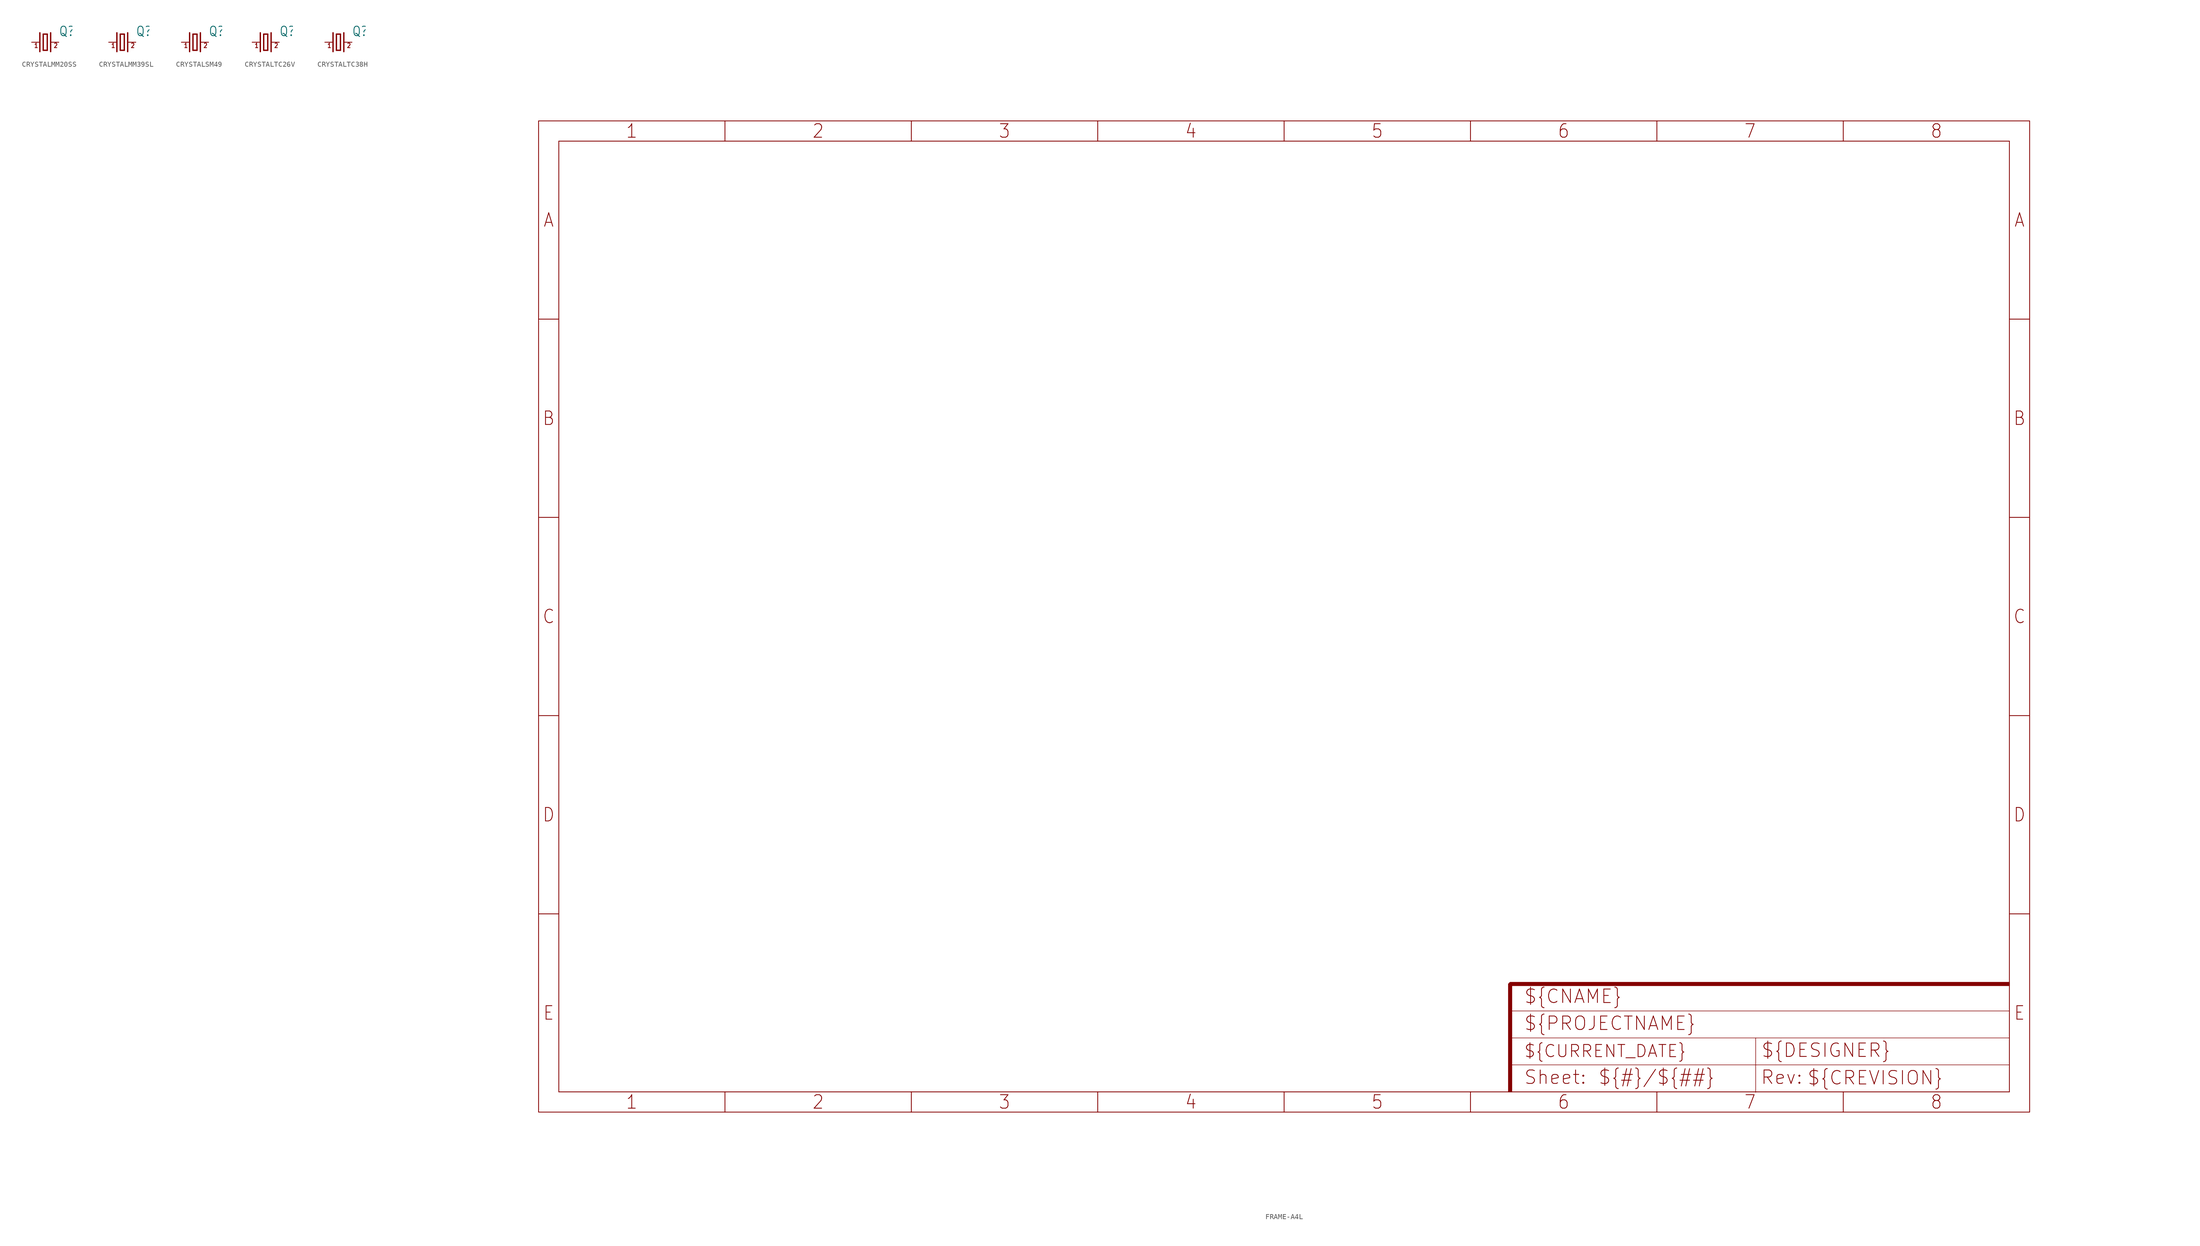
<source format=kicad_sym>
(kicad_symbol_lib
  (version 20220914)
  (generator kicad_symbol_editor)
  (symbol "CRYSTALMM20SS"
    (property "Reference" "Q"
      (at 2.54 1.016 0)
      (effects (font (size 1.778 1.511)) (justify left bottom)))
    (property "Value" ""
      (at 2.54 -2.54 0)
      (effects (font (size 1.778 1.511)) (justify left bottom)))
    (property "ki_locked" ""
      (at 0 0 0)
      (effects (font (size 1.27 1.27))))
    (symbol "CRYSTALMM20SS_1_0"
      (polyline (pts (xy -2.54 0) (xy -1.016 0)) (stroke (width 0.152) (type solid)) (fill (type none)))
      (polyline (pts (xy -1.016 1.778) (xy -1.016 -1.778)) (stroke (width 0.254) (type solid)) (fill (type none)))
      (polyline (pts (xy -0.381 -1.524) (xy 0.381 -1.524)) (stroke (width 0.254) (type solid)) (fill (type none)))
      (polyline (pts (xy -0.381 1.524) (xy -0.381 -1.524)) (stroke (width 0.254) (type solid)) (fill (type none)))
      (polyline (pts (xy 0.381 -1.524) (xy 0.381 1.524)) (stroke (width 0.254) (type solid)) (fill (type none)))
      (polyline (pts (xy 0.381 1.524) (xy -0.381 1.524)) (stroke (width 0.254) (type solid)) (fill (type none)))
      (polyline (pts (xy 1.016 0) (xy 2.54 0)) (stroke (width 0.152) (type solid)) (fill (type none)))
      (polyline (pts (xy 1.016 1.778) (xy 1.016 -1.778)) (stroke (width 0.254) (type solid)) (fill (type none)))
      (text "1" (at -2.159 -1.143 0) (effects (font (size 0.864 0.734)) (justify left bottom)))
      (text "2" (at 1.524 -1.143 0) (effects (font (size 0.864 0.734)) (justify left bottom)))
      (pin passive line (at -2.54 0 0) (length 0) (name "1" (effects (font (size 0 0)))) (number "1" (effects (font (size 0 0)))))
      (pin passive line (at 2.54 0 180) (length 0) (name "2" (effects (font (size 0 0)))) (number "4" (effects (font (size 0 0)))))))
  (symbol "CRYSTALMM39SL"
    (property "Reference" "Q"
      (at 2.54 1.016 0)
      (effects (font (size 1.778 1.511)) (justify left bottom)))
    (property "Value" ""
      (at 2.54 -2.54 0)
      (effects (font (size 1.778 1.511)) (justify left bottom)))
    (property "ki_locked" ""
      (at 0 0 0)
      (effects (font (size 1.27 1.27))))
    (symbol "CRYSTALMM39SL_1_0"
      (polyline (pts (xy -2.54 0) (xy -1.016 0)) (stroke (width 0.152) (type solid)) (fill (type none)))
      (polyline (pts (xy -1.016 1.778) (xy -1.016 -1.778)) (stroke (width 0.254) (type solid)) (fill (type none)))
      (polyline (pts (xy -0.381 -1.524) (xy 0.381 -1.524)) (stroke (width 0.254) (type solid)) (fill (type none)))
      (polyline (pts (xy -0.381 1.524) (xy -0.381 -1.524)) (stroke (width 0.254) (type solid)) (fill (type none)))
      (polyline (pts (xy 0.381 -1.524) (xy 0.381 1.524)) (stroke (width 0.254) (type solid)) (fill (type none)))
      (polyline (pts (xy 0.381 1.524) (xy -0.381 1.524)) (stroke (width 0.254) (type solid)) (fill (type none)))
      (polyline (pts (xy 1.016 0) (xy 2.54 0)) (stroke (width 0.152) (type solid)) (fill (type none)))
      (polyline (pts (xy 1.016 1.778) (xy 1.016 -1.778)) (stroke (width 0.254) (type solid)) (fill (type none)))
      (text "1" (at -2.159 -1.143 0) (effects (font (size 0.864 0.734)) (justify left bottom)))
      (text "2" (at 1.524 -1.143 0) (effects (font (size 0.864 0.734)) (justify left bottom)))
      (pin passive line (at -2.54 0 0) (length 0) (name "1" (effects (font (size 0 0)))) (number "1" (effects (font (size 0 0)))))
      (pin passive line (at 2.54 0 180) (length 0) (name "2" (effects (font (size 0 0)))) (number "4" (effects (font (size 0 0)))))))
  (symbol "CRYSTALSM49"
    (property "Reference" "Q"
      (at 2.54 1.016 0)
      (effects (font (size 1.778 1.511)) (justify left bottom)))
    (property "Value" ""
      (at 2.54 -2.54 0)
      (effects (font (size 1.778 1.511)) (justify left bottom)))
    (property "ki_locked" ""
      (at 0 0 0)
      (effects (font (size 1.27 1.27))))
    (symbol "CRYSTALSM49_1_0"
      (polyline (pts (xy -2.54 0) (xy -1.016 0)) (stroke (width 0.152) (type solid)) (fill (type none)))
      (polyline (pts (xy -1.016 1.778) (xy -1.016 -1.778)) (stroke (width 0.254) (type solid)) (fill (type none)))
      (polyline (pts (xy -0.381 -1.524) (xy 0.381 -1.524)) (stroke (width 0.254) (type solid)) (fill (type none)))
      (polyline (pts (xy -0.381 1.524) (xy -0.381 -1.524)) (stroke (width 0.254) (type solid)) (fill (type none)))
      (polyline (pts (xy 0.381 -1.524) (xy 0.381 1.524)) (stroke (width 0.254) (type solid)) (fill (type none)))
      (polyline (pts (xy 0.381 1.524) (xy -0.381 1.524)) (stroke (width 0.254) (type solid)) (fill (type none)))
      (polyline (pts (xy 1.016 0) (xy 2.54 0)) (stroke (width 0.152) (type solid)) (fill (type none)))
      (polyline (pts (xy 1.016 1.778) (xy 1.016 -1.778)) (stroke (width 0.254) (type solid)) (fill (type none)))
      (text "1" (at -2.159 -1.143 0) (effects (font (size 0.864 0.734)) (justify left bottom)))
      (text "2" (at 1.524 -1.143 0) (effects (font (size 0.864 0.734)) (justify left bottom)))
      (pin passive line (at -2.54 0 0) (length 0) (name "1" (effects (font (size 0 0)))) (number "1" (effects (font (size 0 0)))))
      (pin passive line (at 2.54 0 180) (length 0) (name "2" (effects (font (size 0 0)))) (number "2" (effects (font (size 0 0)))))))
  (symbol "CRYSTALTC26V"
    (property "Reference" "Q"
      (at 2.54 1.016 0)
      (effects (font (size 1.778 1.511)) (justify left bottom)))
    (property "Value" ""
      (at 2.54 -2.54 0)
      (effects (font (size 1.778 1.511)) (justify left bottom)))
    (property "ki_locked" ""
      (at 0 0 0)
      (effects (font (size 1.27 1.27))))
    (symbol "CRYSTALTC26V_1_0"
      (polyline (pts (xy -2.54 0) (xy -1.016 0)) (stroke (width 0.152) (type solid)) (fill (type none)))
      (polyline (pts (xy -1.016 1.778) (xy -1.016 -1.778)) (stroke (width 0.254) (type solid)) (fill (type none)))
      (polyline (pts (xy -0.381 -1.524) (xy 0.381 -1.524)) (stroke (width 0.254) (type solid)) (fill (type none)))
      (polyline (pts (xy -0.381 1.524) (xy -0.381 -1.524)) (stroke (width 0.254) (type solid)) (fill (type none)))
      (polyline (pts (xy 0.381 -1.524) (xy 0.381 1.524)) (stroke (width 0.254) (type solid)) (fill (type none)))
      (polyline (pts (xy 0.381 1.524) (xy -0.381 1.524)) (stroke (width 0.254) (type solid)) (fill (type none)))
      (polyline (pts (xy 1.016 0) (xy 2.54 0)) (stroke (width 0.152) (type solid)) (fill (type none)))
      (polyline (pts (xy 1.016 1.778) (xy 1.016 -1.778)) (stroke (width 0.254) (type solid)) (fill (type none)))
      (text "1" (at -2.159 -1.143 0) (effects (font (size 0.864 0.734)) (justify left bottom)))
      (text "2" (at 1.524 -1.143 0) (effects (font (size 0.864 0.734)) (justify left bottom)))
      (pin passive line (at -2.54 0 0) (length 0) (name "1" (effects (font (size 0 0)))) (number "1" (effects (font (size 0 0)))))
      (pin passive line (at 2.54 0 180) (length 0) (name "2" (effects (font (size 0 0)))) (number "2" (effects (font (size 0 0)))))))
  (symbol "CRYSTALTC38H"
    (property "Reference" "Q"
      (at 2.54 1.016 0)
      (effects (font (size 1.778 1.511)) (justify left bottom)))
    (property "Value" ""
      (at 2.54 -2.54 0)
      (effects (font (size 1.778 1.511)) (justify left bottom)))
    (property "ki_locked" ""
      (at 0 0 0)
      (effects (font (size 1.27 1.27))))
    (symbol "CRYSTALTC38H_1_0"
      (polyline (pts (xy -2.54 0) (xy -1.016 0)) (stroke (width 0.152) (type solid)) (fill (type none)))
      (polyline (pts (xy -1.016 1.778) (xy -1.016 -1.778)) (stroke (width 0.254) (type solid)) (fill (type none)))
      (polyline (pts (xy -0.381 -1.524) (xy 0.381 -1.524)) (stroke (width 0.254) (type solid)) (fill (type none)))
      (polyline (pts (xy -0.381 1.524) (xy -0.381 -1.524)) (stroke (width 0.254) (type solid)) (fill (type none)))
      (polyline (pts (xy 0.381 -1.524) (xy 0.381 1.524)) (stroke (width 0.254) (type solid)) (fill (type none)))
      (polyline (pts (xy 0.381 1.524) (xy -0.381 1.524)) (stroke (width 0.254) (type solid)) (fill (type none)))
      (polyline (pts (xy 1.016 0) (xy 2.54 0)) (stroke (width 0.152) (type solid)) (fill (type none)))
      (polyline (pts (xy 1.016 1.778) (xy 1.016 -1.778)) (stroke (width 0.254) (type solid)) (fill (type none)))
      (text "1" (at -2.159 -1.143 0) (effects (font (size 0.864 0.734)) (justify left bottom)))
      (text "2" (at 1.524 -1.143 0) (effects (font (size 0.864 0.734)) (justify left bottom)))
      (pin passive line (at -2.54 0 0) (length 0) (name "1" (effects (font (size 0 0)))) (number "1" (effects (font (size 0 0)))))
      (pin passive line (at 2.54 0 180) (length 0) (name "2" (effects (font (size 0 0)))) (number "2" (effects (font (size 0 0)))))))
  (symbol "FRAME-A4L"
    (property "Reference" "#FRAME"
      (at 0 0 0)
      (effects (font (size 1.27 1.27)) hide))
    (property "ki_locked" ""
      (at 0 0 0)
      (effects (font (size 1.27 1.27))))
    (symbol "FRAME-A4L_1_0"
      (polyline (pts (xy -3.81 33.528) (xy 0 33.528)) (stroke (width 0) (type default)) (fill (type none)))
      (polyline (pts (xy -3.81 70.866) (xy 0 70.866)) (stroke (width 0) (type default)) (fill (type none)))
      (polyline (pts (xy -3.81 108.204) (xy 0 108.204)) (stroke (width 0) (type default)) (fill (type none)))
      (polyline (pts (xy -3.81 145.542) (xy 0 145.542)) (stroke (width 0) (type default)) (fill (type none)))
      (polyline (pts (xy 0 0) (xy 0 179.07)) (stroke (width 0) (type default)) (fill (type none)))
      (polyline (pts (xy 31.274 -3.81) (xy 31.274 0)) (stroke (width 0) (type default)) (fill (type none)))
      (polyline (pts (xy 31.274 179.07) (xy 31.274 182.88)) (stroke (width 0) (type default)) (fill (type none)))
      (polyline (pts (xy 66.358 -3.81) (xy 66.358 0)) (stroke (width 0) (type default)) (fill (type none)))
      (polyline (pts (xy 66.358 179.07) (xy 66.358 182.88)) (stroke (width 0) (type default)) (fill (type none)))
      (polyline (pts (xy 101.441 -3.81) (xy 101.441 0)) (stroke (width 0) (type default)) (fill (type none)))
      (polyline (pts (xy 101.441 179.07) (xy 101.441 182.88)) (stroke (width 0) (type default)) (fill (type none)))
      (polyline (pts (xy 136.525 -3.81) (xy 136.525 0)) (stroke (width 0) (type default)) (fill (type none)))
      (polyline (pts (xy 136.525 179.07) (xy 136.525 182.88)) (stroke (width 0) (type default)) (fill (type none)))
      (polyline (pts (xy 171.609 -3.81) (xy 171.609 0)) (stroke (width 0) (type default)) (fill (type none)))
      (polyline (pts (xy 171.609 179.07) (xy 171.609 182.88)) (stroke (width 0) (type default)) (fill (type none)))
      (polyline (pts (xy 179.07 10.16) (xy 225.29 10.16)) (stroke (width 0.102) (type solid)) (fill (type none)))
      (polyline (pts (xy 179.07 15.24) (xy 273.05 15.24)) (stroke (width 0.102) (type solid)) (fill (type none)))
      (polyline (pts (xy 179.07 19.05) (xy 179.07 20.32)) (stroke (width 0.61) (type solid)) (fill (type none)))
      (polyline (pts (xy 179.07 20.32) (xy 180.34 20.32)) (stroke (width 0.61) (type solid)) (fill (type none)))
      (polyline (pts (xy 206.692 -3.81) (xy 206.692 0)) (stroke (width 0) (type default)) (fill (type none)))
      (polyline (pts (xy 206.692 179.07) (xy 206.692 182.88)) (stroke (width 0) (type default)) (fill (type none)))
      (polyline (pts (xy 225.29 -0.1) (xy 225.29 5.08)) (stroke (width 0.102) (type solid)) (fill (type none)))
      (polyline (pts (xy 225.29 5.08) (xy 179.07 5.08)) (stroke (width 0.102) (type solid)) (fill (type none)))
      (polyline (pts (xy 225.29 5.08) (xy 225.29 10.16)) (stroke (width 0.102) (type solid)) (fill (type none)))
      (polyline (pts (xy 225.29 5.08) (xy 273.05 5.08)) (stroke (width 0.102) (type solid)) (fill (type none)))
      (polyline (pts (xy 225.29 10.16) (xy 273.05 10.16)) (stroke (width 0.102) (type solid)) (fill (type none)))
      (polyline (pts (xy 241.776 -3.81) (xy 241.776 0)) (stroke (width 0) (type default)) (fill (type none)))
      (polyline (pts (xy 241.776 179.07) (xy 241.776 182.88)) (stroke (width 0) (type default)) (fill (type none)))
      (polyline (pts (xy 273.05 0) (xy 0 0)) (stroke (width 0) (type default)) (fill (type none)))
      (polyline (pts (xy 273.05 0) (xy 273.05 179.07)) (stroke (width 0) (type default)) (fill (type none)))
      (polyline (pts (xy 273.05 33.528) (xy 276.86 33.528)) (stroke (width 0) (type default)) (fill (type none)))
      (polyline (pts (xy 273.05 70.866) (xy 276.86 70.866)) (stroke (width 0) (type default)) (fill (type none)))
      (polyline (pts (xy 273.05 108.204) (xy 276.86 108.204)) (stroke (width 0) (type default)) (fill (type none)))
      (polyline (pts (xy 273.05 145.542) (xy 276.86 145.542)) (stroke (width 0) (type default)) (fill (type none)))
      (polyline (pts (xy 273.05 179.07) (xy 0 179.07)) (stroke (width 0) (type default)) (fill (type none)))
      (polyline (pts (xy -3.81 -3.81) (xy 276.86 -3.81) (xy 276.86 182.88) (xy -3.81 182.88) (xy -3.81 -3.81)) (stroke (width 0) (type default)) (fill (type none)))
      (rectangle (start 178.765 0) (end 179.375 20.32) (stroke (width 0) (type default)) (fill (type outline)))
      (rectangle (start 179.07 20.625) (end 273.05 20.015) (stroke (width 0) (type default)) (fill (type outline)))
      (text "${#}/${##}" (at 195.58 1.27 0) (effects (font (size 2.54 2.54)) (justify left bottom)))
      (text "${CNAME}" (at 181.61 16.51 0) (effects (font (size 2.54 2.54)) (justify left bottom)))
      (text "${CREVISION}" (at 234.92 1.17 0) (effects (font (size 2.54 2.54)) (justify left bottom)))
      (text "${CURRENT_DATE}" (at 181.61 6.35 0) (effects (font (size 2.286 2.286)) (justify left bottom)))
      (text "${DESIGNER}" (at 226.26 6.35 0) (effects (font (size 2.54 2.54)) (justify left bottom)))
      (text "${PROJECTNAME}" (at 181.61 11.43 0) (effects (font (size 2.54 2.54)) (justify left bottom)))
      (text "1" (at 13.732 -1.905 0) (effects (font (size 2.54 2.286))))
      (text "1" (at 13.732 180.975 0) (effects (font (size 2.54 2.286))))
      (text "2" (at 48.816 -1.905 0) (effects (font (size 2.54 2.286))))
      (text "2" (at 48.816 180.975 0) (effects (font (size 2.54 2.286))))
      (text "3" (at 83.899 -1.905 0) (effects (font (size 2.54 2.286))))
      (text "3" (at 83.899 180.975 0) (effects (font (size 2.54 2.286))))
      (text "4" (at 118.983 -1.905 0) (effects (font (size 2.54 2.286))))
      (text "4" (at 118.983 180.975 0) (effects (font (size 2.54 2.286))))
      (text "5" (at 154.067 -1.905 0) (effects (font (size 2.54 2.286))))
      (text "5" (at 154.067 180.975 0) (effects (font (size 2.54 2.286))))
      (text "6" (at 189.151 -1.905 0) (effects (font (size 2.54 2.286))))
      (text "6" (at 189.151 180.975 0) (effects (font (size 2.54 2.286))))
      (text "7" (at 224.234 -1.905 0) (effects (font (size 2.54 2.286))))
      (text "7" (at 224.234 180.975 0) (effects (font (size 2.54 2.286))))
      (text "8" (at 259.318 -1.905 0) (effects (font (size 2.54 2.286))))
      (text "8" (at 259.318 180.975 0) (effects (font (size 2.54 2.286))))
      (text "A" (at -1.905 164.211 0) (effects (font (size 2.54 2.286))))
      (text "A" (at 274.955 164.211 0) (effects (font (size 2.54 2.286))))
      (text "B" (at -1.905 126.873 0) (effects (font (size 2.54 2.286))))
      (text "B" (at 274.955 126.873 0) (effects (font (size 2.54 2.286))))
      (text "C" (at -1.905 89.535 0) (effects (font (size 2.54 2.286))))
      (text "C" (at 274.955 89.535 0) (effects (font (size 2.54 2.286))))
      (text "D" (at -1.905 52.197 0) (effects (font (size 2.54 2.286))))
      (text "D" (at 274.955 52.197 0) (effects (font (size 2.54 2.286))))
      (text "E" (at -1.905 14.859 0) (effects (font (size 2.54 2.286))))
      (text "E" (at 274.955 14.859 0) (effects (font (size 2.54 2.286))))
      (text "Rev:" (at 226.16 1.27 0) (effects (font (size 2.54 2.54)) (justify left bottom)))
      (text "Sheet:" (at 181.61 1.27 0) (effects (font (size 2.54 2.54)) (justify left bottom))))))
</source>
